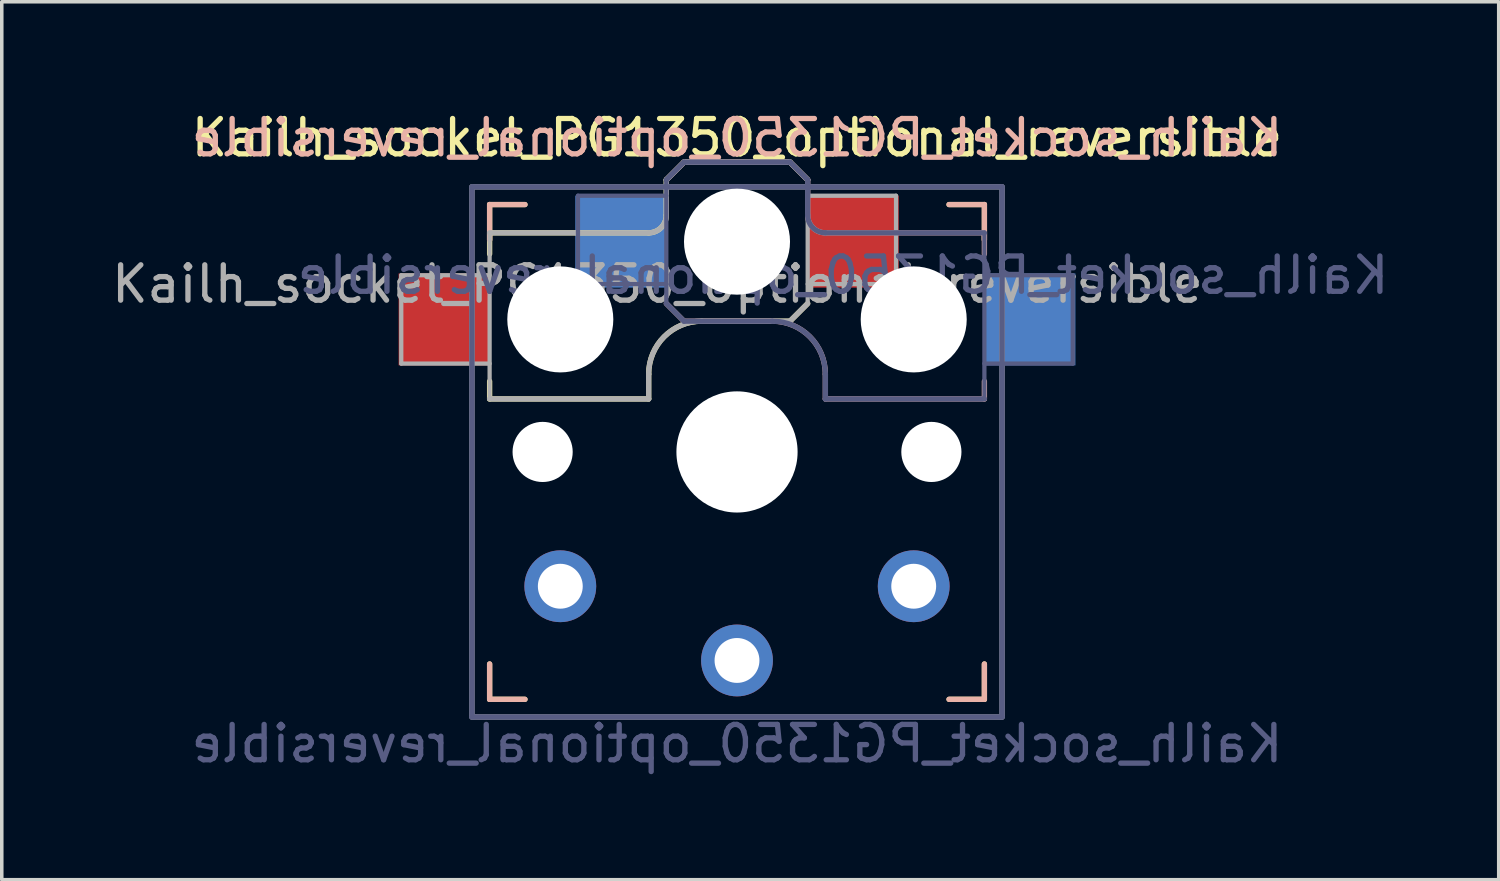
<source format=kicad_pcb>
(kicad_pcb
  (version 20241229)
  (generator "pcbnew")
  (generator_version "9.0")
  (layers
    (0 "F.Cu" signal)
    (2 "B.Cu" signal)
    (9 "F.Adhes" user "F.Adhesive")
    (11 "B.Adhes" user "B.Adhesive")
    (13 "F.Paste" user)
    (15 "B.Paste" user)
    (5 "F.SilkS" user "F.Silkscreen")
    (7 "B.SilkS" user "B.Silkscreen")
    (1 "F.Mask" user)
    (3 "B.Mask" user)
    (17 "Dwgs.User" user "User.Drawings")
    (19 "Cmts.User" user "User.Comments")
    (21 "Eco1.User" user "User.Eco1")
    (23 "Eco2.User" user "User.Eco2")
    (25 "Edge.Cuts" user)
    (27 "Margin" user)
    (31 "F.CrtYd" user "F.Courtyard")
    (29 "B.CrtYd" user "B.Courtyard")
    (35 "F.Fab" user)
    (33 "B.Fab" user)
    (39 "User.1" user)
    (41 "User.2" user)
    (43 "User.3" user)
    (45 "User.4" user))
  (footprint "Kailh_socket_PG1350_optional_reversible"
    (layer "F.Cu")
    (at 17.804 9.738)
    (property "Reference" "Kailh_socket_PG1350_optional_reversible" (at 0 -8.89 0) (layer "F.SilkS") (effects (font (size 1 1) (thickness 0.15))))
    (property "Value" "Kailh_socket_PG1350_optional_reversible" (at 0 8.255 0) (layer "F.Fab") (hide yes) (effects (font (size 1 1) (thickness 0.15))))
    (attr through_hole)
    (fp_line (start -7 -7) (end -6 -7) (stroke (width 0.15) (type solid)) (layer "F.SilkS"))
    (fp_line (start -7 -6.2) (end -2.5 -6.2) (stroke (width 0.15) (type solid)) (layer "F.SilkS"))
    (fp_line (start -7 -6) (end -7 -7) (stroke (width 0.15) (type solid)) (layer "F.SilkS"))
    (fp_line (start -7 -5.6) (end -7 -6.2) (stroke (width 0.15) (type solid)) (layer "F.SilkS"))
    (fp_line (start -7 -1.5) (end -7 -2) (stroke (width 0.15) (type solid)) (layer "F.SilkS"))
    (fp_line (start -7 7) (end -7 6) (stroke (width 0.15) (type solid)) (layer "F.SilkS"))
    (fp_line (start -6 7) (end -7 7) (stroke (width 0.15) (type solid)) (layer "F.SilkS"))
    (fp_line (start -2.5 -2.2) (end -2.5 -1.5) (stroke (width 0.15) (type solid)) (layer "F.SilkS"))
    (fp_line (start -2.5 -1.5) (end -7 -1.5) (stroke (width 0.15) (type solid)) (layer "F.SilkS"))
    (fp_line (start -2 -6.7) (end -2 -7.7) (stroke (width 0.15) (type solid)) (layer "F.SilkS"))
    (fp_line (start -1.5 -8.2) (end -2 -7.7) (stroke (width 0.15) (type solid)) (layer "F.SilkS"))
    (fp_line (start 1.5 -8.2) (end -1.5 -8.2) (stroke (width 0.15) (type solid)) (layer "F.SilkS"))
    (fp_line (start 1.5 -3.7) (end -1 -3.7) (stroke (width 0.15) (type solid)) (layer "F.SilkS"))
    (fp_line (start 2 -7.7) (end 1.5 -8.2) (stroke (width 0.15) (type solid)) (layer "F.SilkS"))
    (fp_line (start 2 -4.2) (end 1.5 -3.7) (stroke (width 0.15) (type solid)) (layer "F.SilkS"))
    (fp_line (start 6 -7) (end 7 -7) (stroke (width 0.15) (type solid)) (layer "F.SilkS"))
    (fp_line (start 7 -7) (end 7 -6) (stroke (width 0.15) (type solid)) (layer "F.SilkS"))
    (fp_line (start 7 6) (end 7 7) (stroke (width 0.15) (type solid)) (layer "F.SilkS"))
    (fp_line (start 7 7) (end 6 7) (stroke (width 0.15) (type solid)) (layer "F.SilkS"))
    (fp_arc (start -2.5 -2.2) (mid -2.06066 -3.26066) (end -1 -3.7) (stroke (width 0.15) (type solid)) (layer "F.SilkS"))
    (fp_arc (start -2 -6.7) (mid -2.146447 -6.346447) (end -2.5 -6.2) (stroke (width 0.15) (type solid)) (layer "F.SilkS"))
    (fp_line (start -7 -7) (end -6 -7) (stroke (width 0.15) (type solid)) (layer "B.SilkS"))
    (fp_line (start -7 -6) (end -7 -7) (stroke (width 0.15) (type solid)) (layer "B.SilkS"))
    (fp_line (start -7 7) (end -7 6) (stroke (width 0.15) (type solid)) (layer "B.SilkS"))
    (fp_line (start -6 7) (end -7 7) (stroke (width 0.15) (type solid)) (layer "B.SilkS"))
    (fp_line (start -2 -7.7) (end -1.5 -8.2) (stroke (width 0.15) (type solid)) (layer "B.SilkS"))
    (fp_line (start -2 -4.2) (end -1.5 -3.7) (stroke (width 0.15) (type solid)) (layer "B.SilkS"))
    (fp_line (start -1.5 -8.2) (end 1.5 -8.2) (stroke (width 0.15) (type solid)) (layer "B.SilkS"))
    (fp_line (start -1.5 -3.7) (end 1 -3.7) (stroke (width 0.15) (type solid)) (layer "B.SilkS"))
    (fp_line (start 1.5 -8.2) (end 2 -7.7) (stroke (width 0.15) (type solid)) (layer "B.SilkS"))
    (fp_line (start 2 -6.7) (end 2 -7.7) (stroke (width 0.15) (type solid)) (layer "B.SilkS"))
    (fp_line (start 2.5 -2.2) (end 2.5 -1.5) (stroke (width 0.15) (type solid)) (layer "B.SilkS"))
    (fp_line (start 2.5 -1.5) (end 7 -1.5) (stroke (width 0.15) (type solid)) (layer "B.SilkS"))
    (fp_line (start 6 -7) (end 7 -7) (stroke (width 0.15) (type solid)) (layer "B.SilkS"))
    (fp_line (start 7 -7) (end 7 -6) (stroke (width 0.15) (type solid)) (layer "B.SilkS"))
    (fp_line (start 7 -6.2) (end 2.5 -6.2) (stroke (width 0.15) (type solid)) (layer "B.SilkS"))
    (fp_line (start 7 -5.6) (end 7 -6.2) (stroke (width 0.15) (type solid)) (layer "B.SilkS"))
    (fp_line (start 7 -1.5) (end 7 -2) (stroke (width 0.15) (type solid)) (layer "B.SilkS"))
    (fp_line (start 7 6) (end 7 7) (stroke (width 0.15) (type solid)) (layer "B.SilkS"))
    (fp_line (start 7 7) (end 6 7) (stroke (width 0.15) (type solid)) (layer "B.SilkS"))
    (fp_arc (start 1 -3.7) (mid 2.06066 -3.26066) (end 2.5 -2.2) (stroke (width 0.15) (type solid)) (layer "B.SilkS"))
    (fp_arc (start 2.5 -6.2) (mid 2.146447 -6.346447) (end 2 -6.7) (stroke (width 0.15) (type solid)) (layer "B.SilkS"))
    (fp_line (start -6.9 6.9) (end -6.9 -6.9) (stroke (width 0.15) (type solid)) (layer "Eco2.User"))
    (fp_line (start -6.9 6.9) (end 6.9 6.9) (stroke (width 0.15) (type solid)) (layer "Eco2.User"))
    (fp_line (start -2.6 -3.1) (end -2.6 -6.3) (stroke (width 0.15) (type solid)) (layer "Eco2.User"))
    (fp_line (start -2.6 -3.1) (end 2.6 -3.1) (stroke (width 0.15) (type solid)) (layer "Eco2.User"))
    (fp_line (start 2.6 -6.3) (end -2.6 -6.3) (stroke (width 0.15) (type solid)) (layer "Eco2.User"))
    (fp_line (start 2.6 -3.1) (end 2.6 -6.3) (stroke (width 0.15) (type solid)) (layer "Eco2.User"))
    (fp_line (start 6.9 -6.9) (end -6.9 -6.9) (stroke (width 0.15) (type solid)) (layer "Eco2.User"))
    (fp_line (start 6.9 -6.9) (end 6.9 6.9) (stroke (width 0.15) (type solid)) (layer "Eco2.User"))
    (fp_line (start -7.5 -7.5) (end 7.5 -7.5) (stroke (width 0.15) (type solid)) (layer "B.Fab"))
    (fp_line (start -7.5 7.5) (end -7.5 -7.5) (stroke (width 0.15) (type solid)) (layer "B.Fab"))
    (fp_line (start -4.5 -7.25) (end -2 -7.25) (stroke (width 0.12) (type solid)) (layer "B.Fab"))
    (fp_line (start -4.5 -4.75) (end -4.5 -7.25) (stroke (width 0.12) (type solid)) (layer "B.Fab"))
    (fp_line (start -2 -7.7) (end -1.5 -8.2) (stroke (width 0.15) (type solid)) (layer "B.Fab"))
    (fp_line (start -2 -4.75) (end -4.5 -4.75) (stroke (width 0.12) (type solid)) (layer "B.Fab"))
    (fp_line (start -2 -4.25) (end -2 -7.7) (stroke (width 0.12) (type solid)) (layer "B.Fab"))
    (fp_line (start -2 -4.2) (end -1.5 -3.7) (stroke (width 0.15) (type solid)) (layer "B.Fab"))
    (fp_line (start -1.5 -8.2) (end 1.5 -8.2) (stroke (width 0.15) (type solid)) (layer "B.Fab"))
    (fp_line (start -1.5 -3.7) (end 1 -3.7) (stroke (width 0.15) (type solid)) (layer "B.Fab"))
    (fp_line (start 1.5 -8.2) (end 2 -7.7) (stroke (width 0.15) (type solid)) (layer "B.Fab"))
    (fp_line (start 2 -6.7) (end 2 -7.7) (stroke (width 0.15) (type solid)) (layer "B.Fab"))
    (fp_line (start 2.5 -2.2) (end 2.5 -1.5) (stroke (width 0.15) (type solid)) (layer "B.Fab"))
    (fp_line (start 2.5 -1.5) (end 7 -1.5) (stroke (width 0.15) (type solid)) (layer "B.Fab"))
    (fp_line (start 7 -6.2) (end 2.5 -6.2) (stroke (width 0.15) (type solid)) (layer "B.Fab"))
    (fp_line (start 7 -5) (end 9.5 -5) (stroke (width 0.12) (type solid)) (layer "B.Fab"))
    (fp_line (start 7 -1.5) (end 7 -6.2) (stroke (width 0.12) (type solid)) (layer "B.Fab"))
    (fp_line (start 7.5 -7.5) (end 7.5 7.5) (stroke (width 0.15) (type solid)) (layer "B.Fab"))
    (fp_line (start 7.5 7.5) (end -7.5 7.5) (stroke (width 0.15) (type solid)) (layer "B.Fab"))
    (fp_line (start 9.5 -5) (end 9.5 -2.5) (stroke (width 0.12) (type solid)) (layer "B.Fab"))
    (fp_line (start 9.5 -2.5) (end 7 -2.5) (stroke (width 0.12) (type solid)) (layer "B.Fab"))
    (fp_arc (start 1 -3.7) (mid 2.06066 -3.26066) (end 2.5 -2.2) (stroke (width 0.15) (type solid)) (layer "B.Fab"))
    (fp_arc (start 2.5 -6.2) (mid 2.146447 -6.346447) (end 2 -6.7) (stroke (width 0.15) (type solid)) (layer "B.Fab"))
    (fp_line (start -9.5 -5) (end -9.5 -2.5) (stroke (width 0.12) (type solid)) (layer "F.Fab"))
    (fp_line (start -9.5 -2.5) (end -7 -2.5) (stroke (width 0.12) (type solid)) (layer "F.Fab"))
    (fp_line (start -7.5 -7.5) (end 7.5 -7.5) (stroke (width 0.15) (type solid)) (layer "F.Fab"))
    (fp_line (start -7.5 7.5) (end -7.5 -7.5) (stroke (width 0.15) (type solid)) (layer "F.Fab"))
    (fp_line (start -7 -6.2) (end -2.5 -6.2) (stroke (width 0.15) (type solid)) (layer "F.Fab"))
    (fp_line (start -7 -5) (end -9.5 -5) (stroke (width 0.12) (type solid)) (layer "F.Fab"))
    (fp_line (start -7 -1.5) (end -7 -6.2) (stroke (width 0.12) (type solid)) (layer "F.Fab"))
    (fp_line (start -2.5 -2.2) (end -2.5 -1.5) (stroke (width 0.15) (type solid)) (layer "F.Fab"))
    (fp_line (start -2.5 -1.5) (end -7 -1.5) (stroke (width 0.15) (type solid)) (layer "F.Fab"))
    (fp_line (start -2 -6.7) (end -2 -7.7) (stroke (width 0.15) (type solid)) (layer "F.Fab"))
    (fp_line (start -1.5 -8.2) (end -2 -7.7) (stroke (width 0.15) (type solid)) (layer "F.Fab"))
    (fp_line (start 1.5 -8.2) (end -1.5 -8.2) (stroke (width 0.15) (type solid)) (layer "F.Fab"))
    (fp_line (start 1.5 -3.7) (end -1 -3.7) (stroke (width 0.15) (type solid)) (layer "F.Fab"))
    (fp_line (start 2 -7.7) (end 1.5 -8.2) (stroke (width 0.15) (type solid)) (layer "F.Fab"))
    (fp_line (start 2 -4.75) (end 4.5 -4.75) (stroke (width 0.12) (type solid)) (layer "F.Fab"))
    (fp_line (start 2 -4.25) (end 2 -7.7) (stroke (width 0.12) (type solid)) (layer "F.Fab"))
    (fp_line (start 2 -4.2) (end 1.5 -3.7) (stroke (width 0.15) (type solid)) (layer "F.Fab"))
    (fp_line (start 4.5 -7.25) (end 2 -7.25) (stroke (width 0.12) (type solid)) (layer "F.Fab"))
    (fp_line (start 4.5 -4.75) (end 4.5 -7.25) (stroke (width 0.12) (type solid)) (layer "F.Fab"))
    (fp_line (start 7.5 -7.5) (end 7.5 7.5) (stroke (width 0.15) (type solid)) (layer "F.Fab"))
    (fp_line (start 7.5 7.5) (end -7.5 7.5) (stroke (width 0.15) (type solid)) (layer "F.Fab"))
    (fp_arc (start -2.5 -2.2) (mid -2.06066 -3.26066) (end -1 -3.7) (stroke (width 0.15) (type solid)) (layer "F.Fab"))
    (fp_arc (start -2 -6.7) (mid -2.146447 -6.346447) (end -2.5 -6.2) (stroke (width 0.15) (type solid)) (layer "F.Fab"))
    (fp_text user "${REFERENCE}" (at 0 -8.89 0) (layer "B.SilkS") (effects (font (size 1 1) (thickness 0.15)) (justify mirror)))
    (fp_text user "${VALUE}" (at 0 8.255 0) (layer "B.Fab") (effects (font (size 1 1) (thickness 0.15)) (justify mirror)))
    (fp_text user "${REFERENCE}" (at 3 -5 180) (layer "B.Fab") (effects (font (size 1 1) (thickness 0.15)) (justify mirror)))
    (fp_text user "${REFERENCE}" (at -2.25 -4.75 0) (layer "F.Fab") (effects (font (size 1 1) (thickness 0.15))))
    (pad "" np_thru_hole circle (at -5.5 0) (size 1.702 1.702) (drill 1.702) (layers "*.Cu" "*.Mask"))
    (pad "" np_thru_hole circle (at -5 -3.75) (size 3 3) (drill 3) (layers "*.Cu" "*.Mask"))
    (pad "" np_thru_hole circle (at 0 -5.95) (size 3 3) (drill 3) (layers "*.Cu" "*.Mask"))
    (pad "" np_thru_hole circle (at 0 0) (size 3.429 3.429) (drill 3.429) (layers "*.Cu" "*.Mask"))
    (pad "" np_thru_hole circle (at 5 -3.75) (size 3 3) (drill 3) (layers "*.Cu" "*.Mask"))
    (pad "" np_thru_hole circle (at 5.5 0) (size 1.702 1.702) (drill 1.702) (layers "*.Cu" "*.Mask"))
    (pad "1" smd rect (at -3.275 -5.95) (size 2.6 2.6) (layers "B.Cu" "B.Mask" "B.Paste"))
    (pad "1" thru_hole circle (at 0 5.9) (size 2.032 2.032) (drill 1.27) (layers "*.Cu" "*.Mask"))
    (pad "1" smd rect (at 3.275 -5.95) (size 2.6 2.6) (layers "F.Cu" "F.Mask" "F.Paste"))
    (pad "2" smd rect (at -8.275 -3.75) (size 2.6 2.6) (layers "F.Cu" "F.Mask" "F.Paste"))
    (pad "2" thru_hole circle (at -5 3.8) (size 2.032 2.032) (drill 1.27) (layers "*.Cu" "*.Mask"))
    (pad "2" thru_hole circle (at 5 3.8) (size 2.032 2.032) (drill 1.27) (layers "*.Cu" "*.Mask"))
    (pad "2" smd rect (at 8.275 -3.75) (size 2.6 2.6) (layers "B.Cu" "B.Mask" "B.Paste")))
  (gr_rect
    (start -3 -3)
    (end 39.357 21.841)
    (stroke (width 0.1) (type default))
    (fill no)
    (layer "Edge.Cuts")))
</source>
